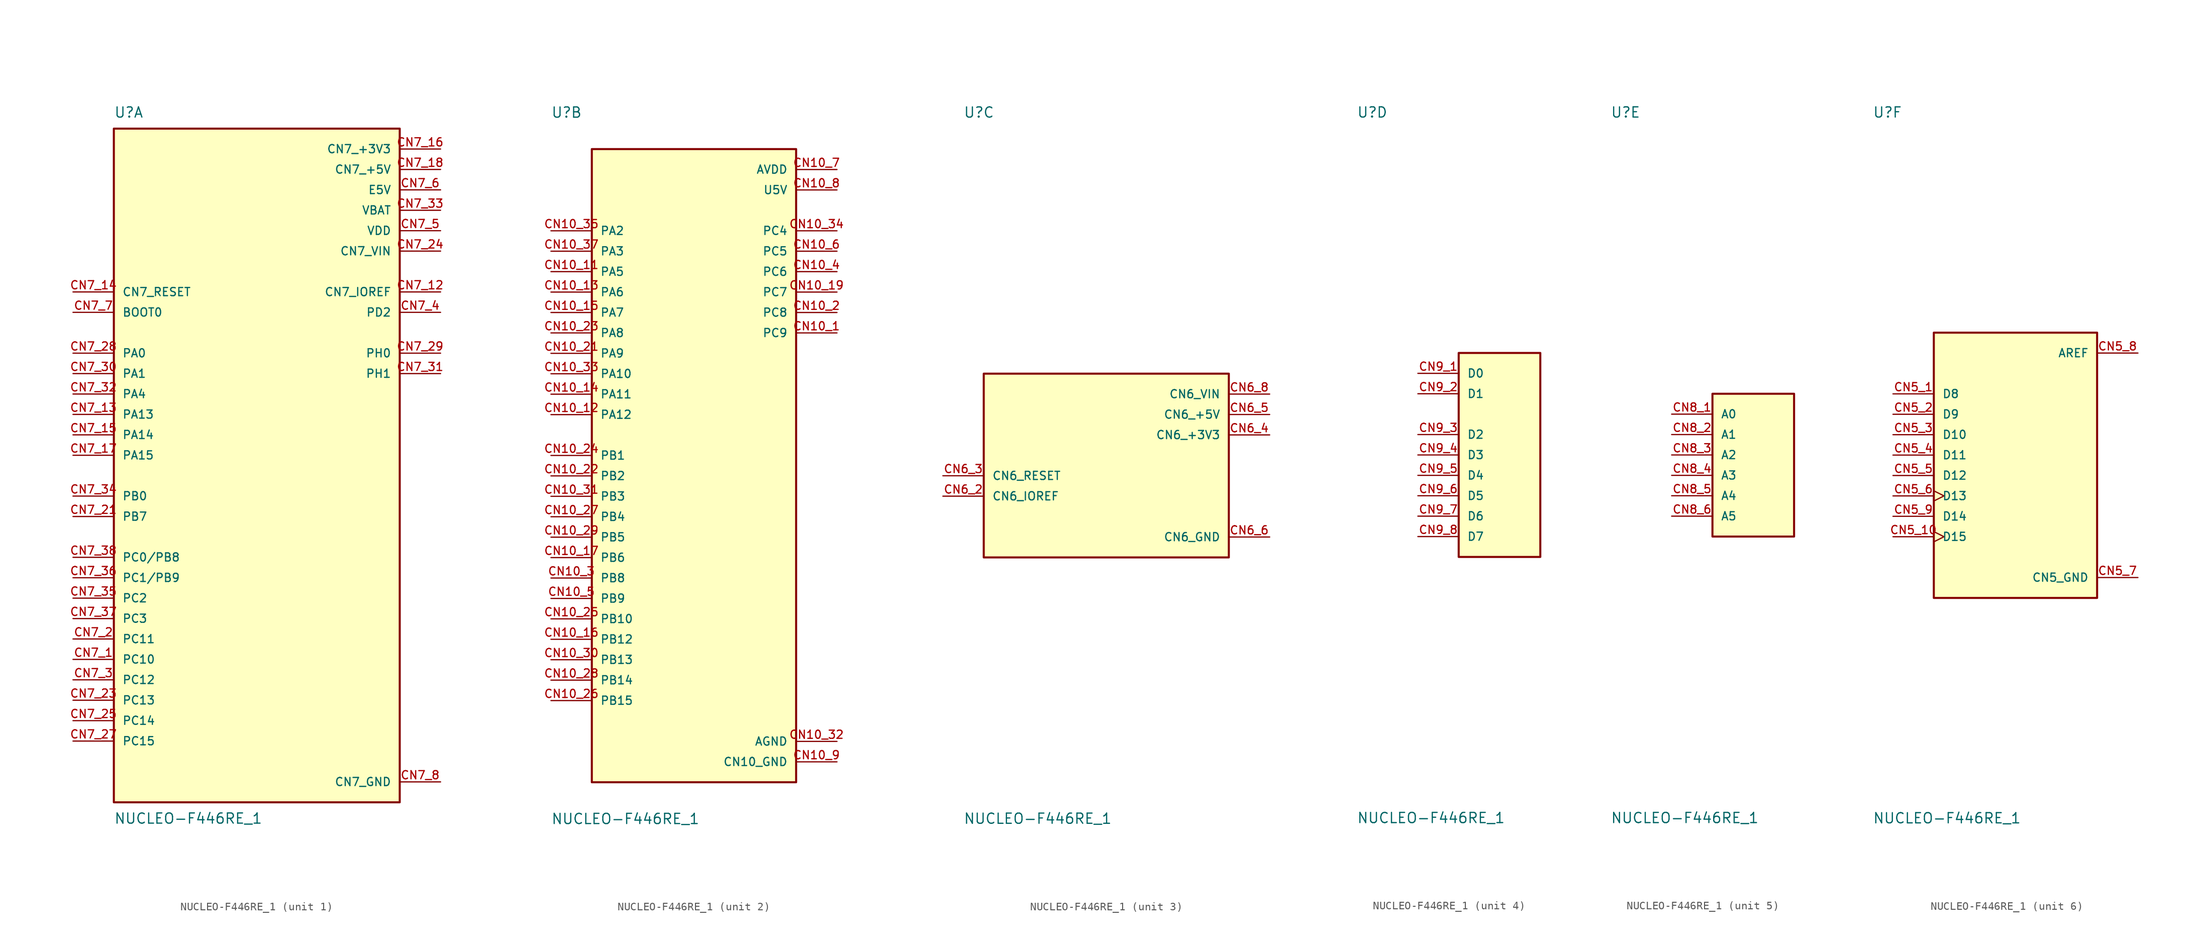
<source format=kicad_sym>
(kicad_symbol_lib
  (version 20241209)
  (generator "kicad_symbol_editor")
  (generator_version "9.0")
  (symbol "NUCLEO-F446RE_1"
    (pin_names
      (offset 1.016))
    (property "Reference" "U"
      (at -17.78 41.91 0)
      (effects (font (size 1.27 1.27)) (justify left bottom)))
    (property "Value" "NUCLEO-F446RE_1"
      (at -17.78 -44.45 0)
      (effects (font (size 1.27 1.27)) (justify left top)))
    (symbol "NUCLEO-F446RE_1_1_0"
      (rectangle (start -17.78 -43.18) (end 17.78 40.64) (stroke (width 0.254) (type default)) (fill (type background)))
      (pin bidirectional line (at -22.86 20.32 0) (length 5.08) (name "CN7_RESET" (effects (font (size 1.016 1.016)))) (number "CN7_14" (effects (font (size 1.016 1.016)))))
      (pin bidirectional line (at -22.86 17.78 0) (length 5.08) (name "BOOT0" (effects (font (size 1.016 1.016)))) (number "CN7_7" (effects (font (size 1.016 1.016)))))
      (pin bidirectional line (at -22.86 12.7 0) (length 5.08) (name "PA0" (effects (font (size 1.016 1.016)))) (number "CN7_28" (effects (font (size 1.016 1.016)))))
      (pin bidirectional line (at -22.86 10.16 0) (length 5.08) (name "PA1" (effects (font (size 1.016 1.016)))) (number "CN7_30" (effects (font (size 1.016 1.016)))))
      (pin bidirectional line (at -22.86 7.62 0) (length 5.08) (name "PA4" (effects (font (size 1.016 1.016)))) (number "CN7_32" (effects (font (size 1.016 1.016)))))
      (pin bidirectional line (at -22.86 5.08 0) (length 5.08) (name "PA13" (effects (font (size 1.016 1.016)))) (number "CN7_13" (effects (font (size 1.016 1.016)))))
      (pin bidirectional line (at -22.86 2.54 0) (length 5.08) (name "PA14" (effects (font (size 1.016 1.016)))) (number "CN7_15" (effects (font (size 1.016 1.016)))))
      (pin bidirectional line (at -22.86 0 0) (length 5.08) (name "PA15" (effects (font (size 1.016 1.016)))) (number "CN7_17" (effects (font (size 1.016 1.016)))))
      (pin bidirectional line (at -22.86 -5.08 0) (length 5.08) (name "PB0" (effects (font (size 1.016 1.016)))) (number "CN7_34" (effects (font (size 1.016 1.016)))))
      (pin bidirectional line (at -22.86 -7.62 0) (length 5.08) (name "PB7" (effects (font (size 1.016 1.016)))) (number "CN7_21" (effects (font (size 1.016 1.016)))))
      (pin bidirectional line (at -22.86 -12.7 0) (length 5.08) (name "PC0/PB8" (effects (font (size 1.016 1.016)))) (number "CN7_38" (effects (font (size 1.016 1.016)))))
      (pin bidirectional line (at -22.86 -15.24 0) (length 5.08) (name "PC1/PB9" (effects (font (size 1.016 1.016)))) (number "CN7_36" (effects (font (size 1.016 1.016)))))
      (pin bidirectional line (at -22.86 -17.78 0) (length 5.08) (name "PC2" (effects (font (size 1.016 1.016)))) (number "CN7_35" (effects (font (size 1.016 1.016)))))
      (pin bidirectional line (at -22.86 -20.32 0) (length 5.08) (name "PC3" (effects (font (size 1.016 1.016)))) (number "CN7_37" (effects (font (size 1.016 1.016)))))
      (pin bidirectional line (at -22.86 -22.86 0) (length 5.08) (name "PC11" (effects (font (size 1.016 1.016)))) (number "CN7_2" (effects (font (size 1.016 1.016)))))
      (pin bidirectional line (at -22.86 -25.4 0) (length 5.08) (name "PC10" (effects (font (size 1.016 1.016)))) (number "CN7_1" (effects (font (size 1.016 1.016)))))
      (pin bidirectional line (at -22.86 -27.94 0) (length 5.08) (name "PC12" (effects (font (size 1.016 1.016)))) (number "CN7_3" (effects (font (size 1.016 1.016)))))
      (pin bidirectional line (at -22.86 -30.48 0) (length 5.08) (name "PC13" (effects (font (size 1.016 1.016)))) (number "CN7_23" (effects (font (size 1.016 1.016)))))
      (pin bidirectional line (at -22.86 -33.02 0) (length 5.08) (name "PC14" (effects (font (size 1.016 1.016)))) (number "CN7_25" (effects (font (size 1.016 1.016)))))
      (pin bidirectional line (at -22.86 -35.56 0) (length 5.08) (name "PC15" (effects (font (size 1.016 1.016)))) (number "CN7_27" (effects (font (size 1.016 1.016)))))
      (pin power_in line (at 22.86 38.1 180) (length 5.08) (name "CN7_+3V3" (effects (font (size 1.016 1.016)))) (number "CN7_16" (effects (font (size 1.016 1.016)))))
      (pin power_in line (at 22.86 35.56 180) (length 5.08) (name "CN7_+5V" (effects (font (size 1.016 1.016)))) (number "CN7_18" (effects (font (size 1.016 1.016)))))
      (pin power_in line (at 22.86 33.02 180) (length 5.08) (name "E5V" (effects (font (size 1.016 1.016)))) (number "CN7_6" (effects (font (size 1.016 1.016)))))
      (pin power_in line (at 22.86 30.48 180) (length 5.08) (name "VBAT" (effects (font (size 1.016 1.016)))) (number "CN7_33" (effects (font (size 1.016 1.016)))))
      (pin power_in line (at 22.86 27.94 180) (length 5.08) (name "VDD" (effects (font (size 1.016 1.016)))) (number "CN7_5" (effects (font (size 1.016 1.016)))))
      (pin power_in line (at 22.86 25.4 180) (length 5.08) (name "CN7_VIN" (effects (font (size 1.016 1.016)))) (number "CN7_24" (effects (font (size 1.016 1.016)))))
      (pin bidirectional line (at 22.86 20.32 180) (length 5.08) (name "CN7_IOREF" (effects (font (size 1.016 1.016)))) (number "CN7_12" (effects (font (size 1.016 1.016)))))
      (pin bidirectional line (at 22.86 17.78 180) (length 5.08) (name "PD2" (effects (font (size 1.016 1.016)))) (number "CN7_4" (effects (font (size 1.016 1.016)))))
      (pin bidirectional line (at 22.86 12.7 180) (length 5.08) (name "PH0" (effects (font (size 1.016 1.016)))) (number "CN7_29" (effects (font (size 1.016 1.016)))))
      (pin bidirectional line (at 22.86 10.16 180) (length 5.08) (name "PH1" (effects (font (size 1.016 1.016)))) (number "CN7_31" (effects (font (size 1.016 1.016)))))
      (pin power_in line (at 22.86 -40.64 180) (length 5.08) (hide yes) (name "CN7_GND" (effects (font (size 1.016 1.016)))) (number "CN7_19" (effects (font (size 1.016 1.016)))))
      (pin power_in line (at 22.86 -40.64 180) (length 5.08) (hide yes) (name "CN7_GND" (effects (font (size 1.016 1.016)))) (number "CN7_20" (effects (font (size 1.016 1.016)))))
      (pin power_in line (at 22.86 -40.64 180) (length 5.08) (hide yes) (name "CN7_GND" (effects (font (size 1.016 1.016)))) (number "CN7_22" (effects (font (size 1.016 1.016)))))
      (pin power_in line (at 22.86 -40.64 180) (length 5.08) (name "CN7_GND" (effects (font (size 1.016 1.016)))) (number "CN7_8" (effects (font (size 1.016 1.016))))))
    (symbol "NUCLEO-F446RE_1_2_0"
      (rectangle (start -12.7 -40.64) (end 12.7 38.1) (stroke (width 0.254) (type default)) (fill (type background)))
      (pin bidirectional line (at -17.78 27.94 0) (length 5.08) (name "PA2" (effects (font (size 1.016 1.016)))) (number "CN10_35" (effects (font (size 1.016 1.016)))))
      (pin bidirectional line (at -17.78 25.4 0) (length 5.08) (name "PA3" (effects (font (size 1.016 1.016)))) (number "CN10_37" (effects (font (size 1.016 1.016)))))
      (pin bidirectional line (at -17.78 22.86 0) (length 5.08) (name "PA5" (effects (font (size 1.016 1.016)))) (number "CN10_11" (effects (font (size 1.016 1.016)))))
      (pin bidirectional line (at -17.78 20.32 0) (length 5.08) (name "PA6" (effects (font (size 1.016 1.016)))) (number "CN10_13" (effects (font (size 1.016 1.016)))))
      (pin bidirectional line (at -17.78 17.78 0) (length 5.08) (name "PA7" (effects (font (size 1.016 1.016)))) (number "CN10_15" (effects (font (size 1.016 1.016)))))
      (pin bidirectional line (at -17.78 15.24 0) (length 5.08) (name "PA8" (effects (font (size 1.016 1.016)))) (number "CN10_23" (effects (font (size 1.016 1.016)))))
      (pin bidirectional line (at -17.78 12.7 0) (length 5.08) (name "PA9" (effects (font (size 1.016 1.016)))) (number "CN10_21" (effects (font (size 1.016 1.016)))))
      (pin bidirectional line (at -17.78 10.16 0) (length 5.08) (name "PA10" (effects (font (size 1.016 1.016)))) (number "CN10_33" (effects (font (size 1.016 1.016)))))
      (pin bidirectional line (at -17.78 7.62 0) (length 5.08) (name "PA11" (effects (font (size 1.016 1.016)))) (number "CN10_14" (effects (font (size 1.016 1.016)))))
      (pin bidirectional line (at -17.78 5.08 0) (length 5.08) (name "PA12" (effects (font (size 1.016 1.016)))) (number "CN10_12" (effects (font (size 1.016 1.016)))))
      (pin bidirectional line (at -17.78 0 0) (length 5.08) (name "PB1" (effects (font (size 1.016 1.016)))) (number "CN10_24" (effects (font (size 1.016 1.016)))))
      (pin bidirectional line (at -17.78 -2.54 0) (length 5.08) (name "PB2" (effects (font (size 1.016 1.016)))) (number "CN10_22" (effects (font (size 1.016 1.016)))))
      (pin bidirectional line (at -17.78 -5.08 0) (length 5.08) (name "PB3" (effects (font (size 1.016 1.016)))) (number "CN10_31" (effects (font (size 1.016 1.016)))))
      (pin bidirectional line (at -17.78 -7.62 0) (length 5.08) (name "PB4" (effects (font (size 1.016 1.016)))) (number "CN10_27" (effects (font (size 1.016 1.016)))))
      (pin bidirectional line (at -17.78 -10.16 0) (length 5.08) (name "PB5" (effects (font (size 1.016 1.016)))) (number "CN10_29" (effects (font (size 1.016 1.016)))))
      (pin bidirectional line (at -17.78 -12.7 0) (length 5.08) (name "PB6" (effects (font (size 1.016 1.016)))) (number "CN10_17" (effects (font (size 1.016 1.016)))))
      (pin bidirectional line (at -17.78 -15.24 0) (length 5.08) (name "PB8" (effects (font (size 1.016 1.016)))) (number "CN10_3" (effects (font (size 1.016 1.016)))))
      (pin bidirectional line (at -17.78 -17.78 0) (length 5.08) (name "PB9" (effects (font (size 1.016 1.016)))) (number "CN10_5" (effects (font (size 1.016 1.016)))))
      (pin bidirectional line (at -17.78 -20.32 0) (length 5.08) (name "PB10" (effects (font (size 1.016 1.016)))) (number "CN10_25" (effects (font (size 1.016 1.016)))))
      (pin bidirectional line (at -17.78 -22.86 0) (length 5.08) (name "PB12" (effects (font (size 1.016 1.016)))) (number "CN10_16" (effects (font (size 1.016 1.016)))))
      (pin bidirectional line (at -17.78 -25.4 0) (length 5.08) (name "PB13" (effects (font (size 1.016 1.016)))) (number "CN10_30" (effects (font (size 1.016 1.016)))))
      (pin bidirectional line (at -17.78 -27.94 0) (length 5.08) (name "PB14" (effects (font (size 1.016 1.016)))) (number "CN10_28" (effects (font (size 1.016 1.016)))))
      (pin bidirectional line (at -17.78 -30.48 0) (length 5.08) (name "PB15" (effects (font (size 1.016 1.016)))) (number "CN10_26" (effects (font (size 1.016 1.016)))))
      (pin power_in line (at 17.78 35.56 180) (length 5.08) (name "AVDD" (effects (font (size 1.016 1.016)))) (number "CN10_7" (effects (font (size 1.016 1.016)))))
      (pin power_in line (at 17.78 33.02 180) (length 5.08) (name "U5V" (effects (font (size 1.016 1.016)))) (number "CN10_8" (effects (font (size 1.016 1.016)))))
      (pin bidirectional line (at 17.78 27.94 180) (length 5.08) (name "PC4" (effects (font (size 1.016 1.016)))) (number "CN10_34" (effects (font (size 1.016 1.016)))))
      (pin bidirectional line (at 17.78 25.4 180) (length 5.08) (name "PC5" (effects (font (size 1.016 1.016)))) (number "CN10_6" (effects (font (size 1.016 1.016)))))
      (pin bidirectional line (at 17.78 22.86 180) (length 5.08) (name "PC6" (effects (font (size 1.016 1.016)))) (number "CN10_4" (effects (font (size 1.016 1.016)))))
      (pin bidirectional line (at 17.78 20.32 180) (length 5.08) (name "PC7" (effects (font (size 1.016 1.016)))) (number "CN10_19" (effects (font (size 1.016 1.016)))))
      (pin bidirectional line (at 17.78 17.78 180) (length 5.08) (name "PC8" (effects (font (size 1.016 1.016)))) (number "CN10_2" (effects (font (size 1.016 1.016)))))
      (pin bidirectional line (at 17.78 15.24 180) (length 5.08) (name "PC9" (effects (font (size 1.016 1.016)))) (number "CN10_1" (effects (font (size 1.016 1.016)))))
      (pin power_in line (at 17.78 -35.56 180) (length 5.08) (name "AGND" (effects (font (size 1.016 1.016)))) (number "CN10_32" (effects (font (size 1.016 1.016)))))
      (pin power_in line (at 17.78 -38.1 180) (length 5.08) (hide yes) (name "CN10_GND" (effects (font (size 1.016 1.016)))) (number "CN10_20" (effects (font (size 1.016 1.016)))))
      (pin power_in line (at 17.78 -38.1 180) (length 5.08) (name "CN10_GND" (effects (font (size 1.016 1.016)))) (number "CN10_9" (effects (font (size 1.016 1.016))))))
    (symbol "NUCLEO-F446RE_1_3_0"
      (rectangle (start -15.24 -12.7) (end 15.24 10.16) (stroke (width 0.254) (type default)) (fill (type background)))
      (pin bidirectional line (at -20.32 -2.54 0) (length 5.08) (name "CN6_RESET" (effects (font (size 1.016 1.016)))) (number "CN6_3" (effects (font (size 1.016 1.016)))))
      (pin bidirectional line (at -20.32 -5.08 0) (length 5.08) (name "CN6_IOREF" (effects (font (size 1.016 1.016)))) (number "CN6_2" (effects (font (size 1.016 1.016)))))
      (pin power_in line (at 20.32 7.62 180) (length 5.08) (name "CN6_VIN" (effects (font (size 1.016 1.016)))) (number "CN6_8" (effects (font (size 1.016 1.016)))))
      (pin power_in line (at 20.32 5.08 180) (length 5.08) (name "CN6_+5V" (effects (font (size 1.016 1.016)))) (number "CN6_5" (effects (font (size 1.016 1.016)))))
      (pin power_in line (at 20.32 2.54 180) (length 5.08) (name "CN6_+3V3" (effects (font (size 1.016 1.016)))) (number "CN6_4" (effects (font (size 1.016 1.016)))))
      (pin power_in line (at 20.32 -10.16 180) (length 5.08) (name "CN6_GND" (effects (font (size 1.016 1.016)))) (number "CN6_6" (effects (font (size 1.016 1.016)))))
      (pin power_in line (at 20.32 -10.16 180) (length 5.08) (hide yes) (name "CN6_GND" (effects (font (size 1.016 1.016)))) (number "CN6_7" (effects (font (size 1.016 1.016))))))
    (symbol "NUCLEO-F446RE_1_4_0"
      (rectangle (start -5.08 -12.7) (end 5.08 12.7) (stroke (width 0.254) (type default)) (fill (type background)))
      (pin input line (at -10.16 10.16 0) (length 5.08) (name "D0" (effects (font (size 1.016 1.016)))) (number "CN9_1" (effects (font (size 1.016 1.016)))))
      (pin output line (at -10.16 7.62 0) (length 5.08) (name "D1" (effects (font (size 1.016 1.016)))) (number "CN9_2" (effects (font (size 1.016 1.016)))))
      (pin bidirectional line (at -10.16 2.54 0) (length 5.08) (name "D2" (effects (font (size 1.016 1.016)))) (number "CN9_3" (effects (font (size 1.016 1.016)))))
      (pin bidirectional line (at -10.16 0 0) (length 5.08) (name "D3" (effects (font (size 1.016 1.016)))) (number "CN9_4" (effects (font (size 1.016 1.016)))))
      (pin bidirectional line (at -10.16 -2.54 0) (length 5.08) (name "D4" (effects (font (size 1.016 1.016)))) (number "CN9_5" (effects (font (size 1.016 1.016)))))
      (pin bidirectional line (at -10.16 -5.08 0) (length 5.08) (name "D5" (effects (font (size 1.016 1.016)))) (number "CN9_6" (effects (font (size 1.016 1.016)))))
      (pin bidirectional line (at -10.16 -7.62 0) (length 5.08) (name "D6" (effects (font (size 1.016 1.016)))) (number "CN9_7" (effects (font (size 1.016 1.016)))))
      (pin bidirectional line (at -10.16 -10.16 0) (length 5.08) (name "D7" (effects (font (size 1.016 1.016)))) (number "CN9_8" (effects (font (size 1.016 1.016))))))
    (symbol "NUCLEO-F446RE_1_5_0"
      (rectangle (start -5.08 -10.16) (end 5.08 7.62) (stroke (width 0.254) (type default)) (fill (type background)))
      (pin input line (at -10.16 5.08 0) (length 5.08) (name "A0" (effects (font (size 1.016 1.016)))) (number "CN8_1" (effects (font (size 1.016 1.016)))))
      (pin input line (at -10.16 2.54 0) (length 5.08) (name "A1" (effects (font (size 1.016 1.016)))) (number "CN8_2" (effects (font (size 1.016 1.016)))))
      (pin input line (at -10.16 0 0) (length 5.08) (name "A2" (effects (font (size 1.016 1.016)))) (number "CN8_3" (effects (font (size 1.016 1.016)))))
      (pin input line (at -10.16 -2.54 0) (length 5.08) (name "A3" (effects (font (size 1.016 1.016)))) (number "CN8_4" (effects (font (size 1.016 1.016)))))
      (pin input line (at -10.16 -5.08 0) (length 5.08) (name "A4" (effects (font (size 1.016 1.016)))) (number "CN8_5" (effects (font (size 1.016 1.016)))))
      (pin input line (at -10.16 -7.62 0) (length 5.08) (name "A5" (effects (font (size 1.016 1.016)))) (number "CN8_6" (effects (font (size 1.016 1.016))))))
    (symbol "NUCLEO-F446RE_1_6_0"
      (rectangle (start -10.16 -17.78) (end 10.16 15.24) (stroke (width 0.254) (type default)) (fill (type background)))
      (pin bidirectional line (at -15.24 7.62 0) (length 5.08) (name "D8" (effects (font (size 1.016 1.016)))) (number "CN5_1" (effects (font (size 1.016 1.016)))))
      (pin bidirectional line (at -15.24 5.08 0) (length 5.08) (name "D9" (effects (font (size 1.016 1.016)))) (number "CN5_2" (effects (font (size 1.016 1.016)))))
      (pin bidirectional line (at -15.24 2.54 0) (length 5.08) (name "D10" (effects (font (size 1.016 1.016)))) (number "CN5_3" (effects (font (size 1.016 1.016)))))
      (pin bidirectional line (at -15.24 0 0) (length 5.08) (name "D11" (effects (font (size 1.016 1.016)))) (number "CN5_4" (effects (font (size 1.016 1.016)))))
      (pin bidirectional line (at -15.24 -2.54 0) (length 5.08) (name "D12" (effects (font (size 1.016 1.016)))) (number "CN5_5" (effects (font (size 1.016 1.016)))))
      (pin bidirectional clock (at -15.24 -5.08 0) (length 5.08) (name "D13" (effects (font (size 1.016 1.016)))) (number "CN5_6" (effects (font (size 1.016 1.016)))))
      (pin bidirectional line (at -15.24 -7.62 0) (length 5.08) (name "D14" (effects (font (size 1.016 1.016)))) (number "CN5_9" (effects (font (size 1.016 1.016)))))
      (pin bidirectional clock (at -15.24 -10.16 0) (length 5.08) (name "D15" (effects (font (size 1.016 1.016)))) (number "CN5_10" (effects (font (size 1.016 1.016)))))
      (pin power_in line (at 15.24 12.7 180) (length 5.08) (name "AREF" (effects (font (size 1.016 1.016)))) (number "CN5_8" (effects (font (size 1.016 1.016)))))
      (pin power_in line (at 15.24 -15.24 180) (length 5.08) (name "CN5_GND" (effects (font (size 1.016 1.016)))) (number "CN5_7" (effects (font (size 1.016 1.016))))))))
</source>
